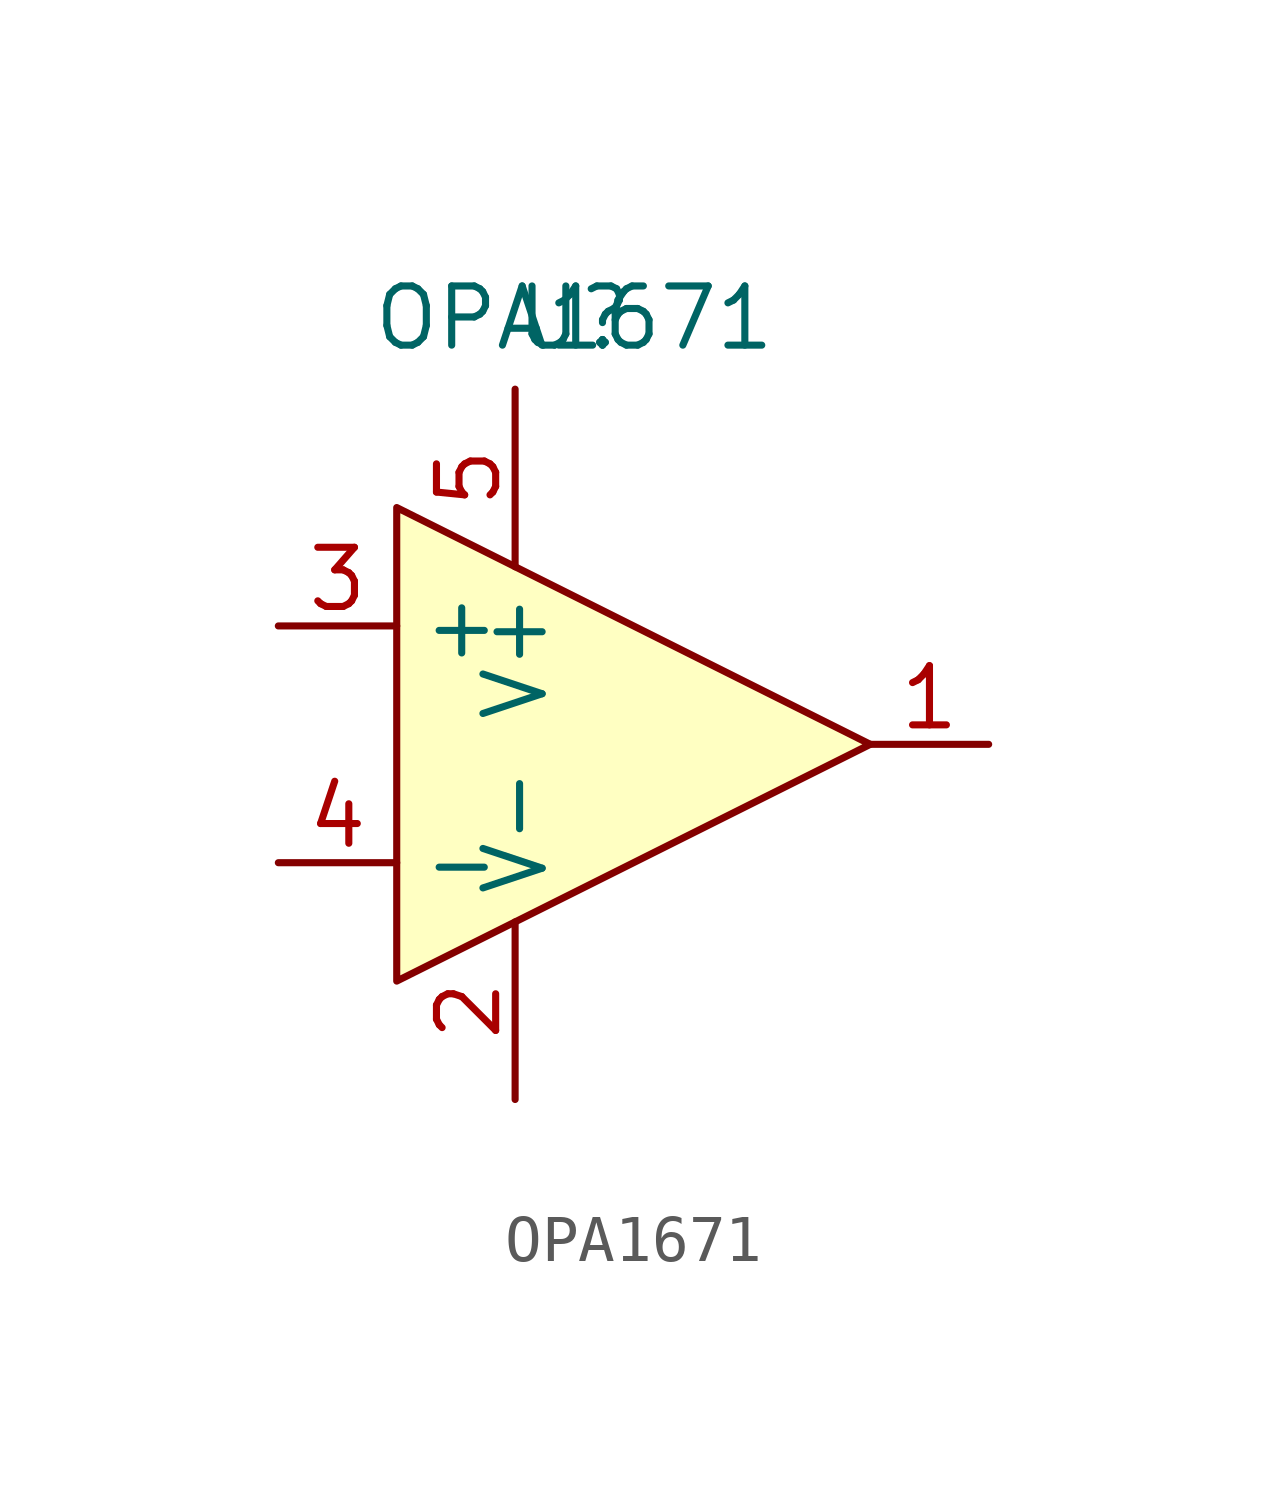
<source format=kicad_sym>
(kicad_symbol_lib
  (version 20231120)
  (generator "kicad_symbol_editor")
  (generator_version "8.0")
  (symbol "OPA1671"
    (property "Reference" "U"
      (at 0 9.144 0)
      (effects (font (size 1.27 1.27))))
    (property "Value" "OPA1671"
      (at 0 9.144 0)
      (effects (font (size 1.27 1.27))))
    (symbol "OPA1671_0_1"
      (polyline (pts (xy -3.81 5.08) (xy -3.81 -5.08) (xy 6.35 0) (xy -3.81 5.08)) (stroke (width 0) (type default)) (fill (type background))))
    (symbol "OPA1671_1_1"
      (pin output line (at 8.89 0 180) (length 2.54) (name "~" (effects (font (size 1.27 1.27)))) (number "1" (effects (font (size 1.27 1.27)))))
      (pin power_in line (at -1.27 -7.62 90) (length 3.81) (name "V-" (effects (font (size 1.27 1.27)))) (number "2" (effects (font (size 1.27 1.27)))))
      (pin input line (at -6.35 2.54 0) (length 2.54) (name "+" (effects (font (size 1.27 1.27)))) (number "3" (effects (font (size 1.27 1.27)))))
      (pin input line (at -6.35 -2.54 0) (length 2.54) (name "-" (effects (font (size 1.27 1.27)))) (number "4" (effects (font (size 1.27 1.27)))))
      (pin power_in line (at -1.27 7.62 270) (length 3.81) (name "V+" (effects (font (size 1.27 1.27)))) (number "5" (effects (font (size 1.27 1.27))))))))
</source>
